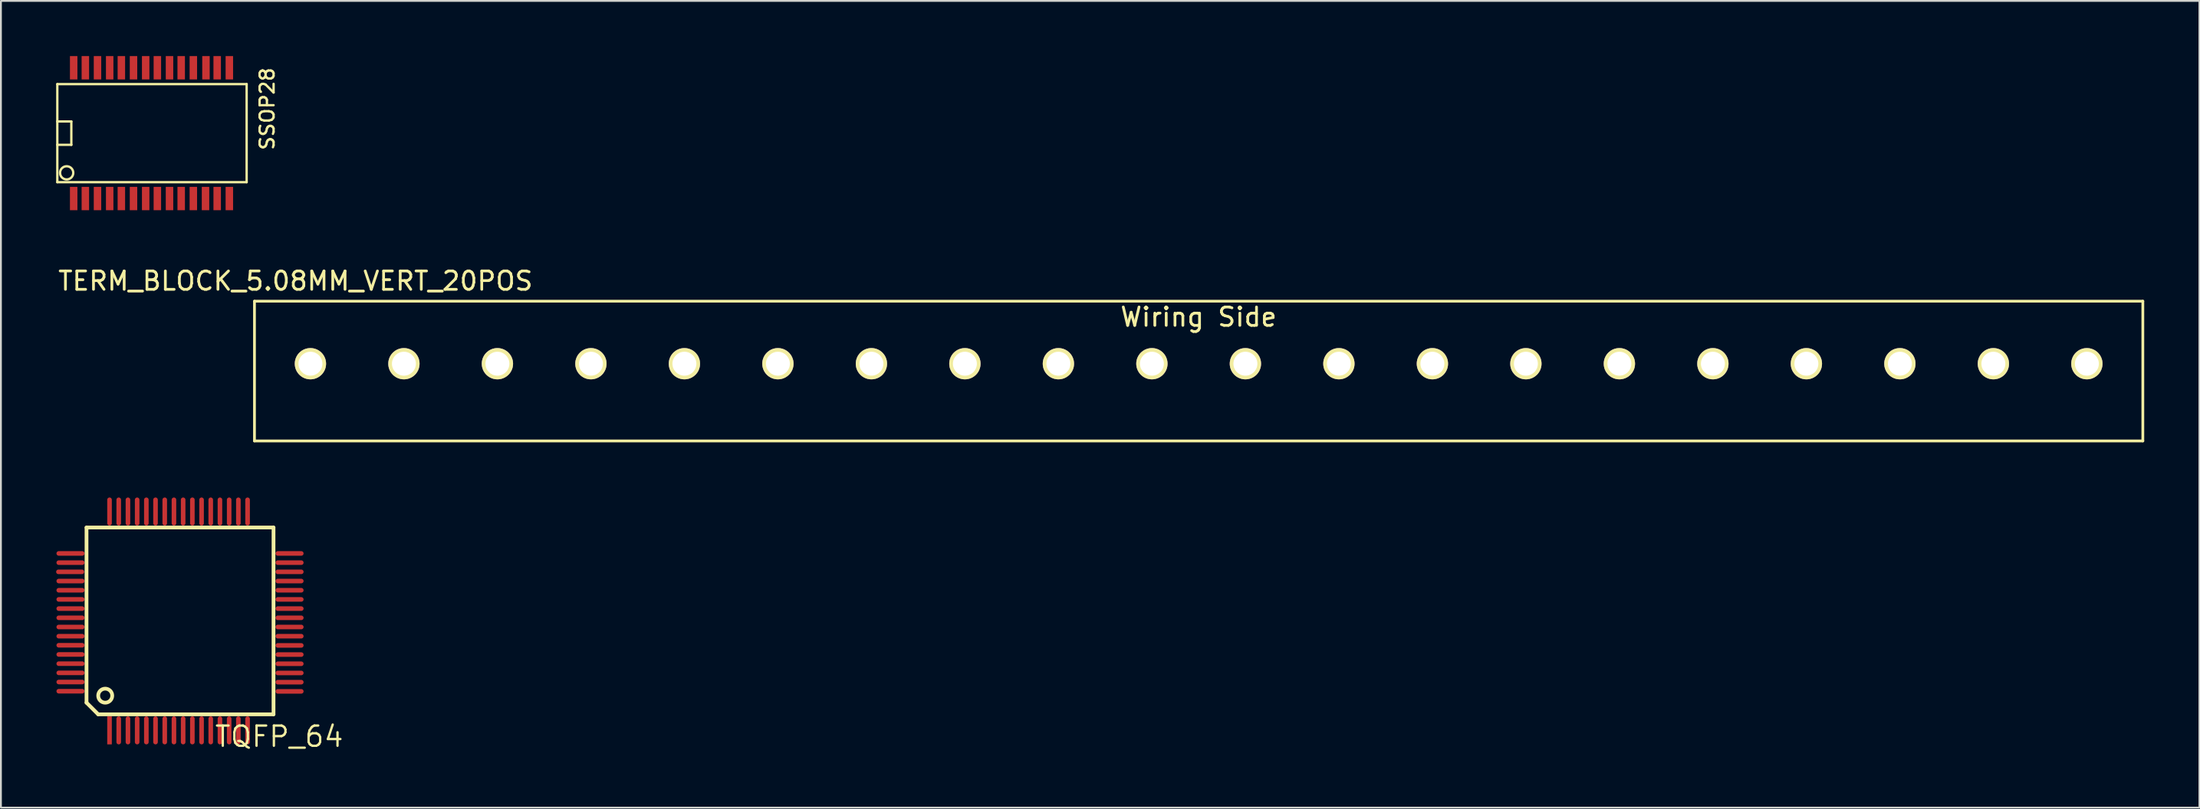
<source format=kicad_pcb>
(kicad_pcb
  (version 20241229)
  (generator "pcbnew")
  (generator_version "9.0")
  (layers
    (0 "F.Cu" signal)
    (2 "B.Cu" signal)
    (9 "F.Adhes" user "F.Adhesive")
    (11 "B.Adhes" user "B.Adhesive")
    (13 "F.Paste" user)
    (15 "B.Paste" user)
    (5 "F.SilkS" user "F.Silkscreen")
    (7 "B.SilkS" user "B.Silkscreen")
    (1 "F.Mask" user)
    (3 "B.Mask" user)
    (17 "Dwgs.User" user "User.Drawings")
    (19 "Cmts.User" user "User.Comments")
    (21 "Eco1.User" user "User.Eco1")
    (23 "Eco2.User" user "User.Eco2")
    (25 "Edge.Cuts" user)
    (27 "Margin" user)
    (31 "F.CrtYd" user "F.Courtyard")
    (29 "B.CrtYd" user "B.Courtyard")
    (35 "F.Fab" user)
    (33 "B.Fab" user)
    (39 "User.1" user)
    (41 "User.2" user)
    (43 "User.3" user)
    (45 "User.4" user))
  (footprint "TERM_BLOCK_5.08MM_VERT_20POS"
    (layer "F.Cu")
    (at 62.076 16.73)
    (property "Reference" "TERM_BLOCK_5.08MM_VERT_20POS" (at -49.07 -4.5 0) (layer "F.SilkS") (effects (font (size 1 1) (thickness 0.15))))
    (attr through_hole)
    (fp_line (start -51.3 -3.4) (end 51.3 -3.4) (stroke (width 0.15) (type solid)) (layer "F.SilkS"))
    (fp_line (start -51.3 4.2) (end -51.3 -3.4) (stroke (width 0.15) (type solid)) (layer "F.SilkS"))
    (fp_line (start 51.3 4.2) (end -51.3 4.2) (stroke (width 0.15) (type solid)) (layer "F.SilkS"))
    (fp_line (start 51.3 4.2) (end 51.3 -3.4) (stroke (width 0.15) (type solid)) (layer "F.SilkS"))
    (fp_text user "Wiring Side" (at 0 -2.54 0) (layer "F.SilkS") (effects (font (size 1 1) (thickness 0.15))))
    (pad "1" thru_hole circle (at -48.26 0) (size 1.7 1.7) (drill 1.3) (layers "*.Cu" "*.Mask" "F.SilkS"))
    (pad "2" thru_hole circle (at -43.18 0) (size 1.7 1.7) (drill 1.3) (layers "*.Cu" "*.Mask" "F.SilkS"))
    (pad "3" thru_hole circle (at -38.1 0) (size 1.7 1.7) (drill 1.3) (layers "*.Cu" "*.Mask" "F.SilkS"))
    (pad "4" thru_hole circle (at -33.02 0) (size 1.7 1.7) (drill 1.3) (layers "*.Cu" "*.Mask" "F.SilkS"))
    (pad "5" thru_hole circle (at -27.94 0) (size 1.7 1.7) (drill 1.3) (layers "*.Cu" "*.Mask" "F.SilkS"))
    (pad "6" thru_hole circle (at -22.86 0) (size 1.7 1.7) (drill 1.3) (layers "*.Cu" "*.Mask" "F.SilkS"))
    (pad "7" thru_hole circle (at -17.78 0) (size 1.7 1.7) (drill 1.3) (layers "*.Cu" "*.Mask" "F.SilkS"))
    (pad "8" thru_hole circle (at -12.7 0) (size 1.7 1.7) (drill 1.3) (layers "*.Cu" "*.Mask" "F.SilkS"))
    (pad "9" thru_hole circle (at -7.62 0) (size 1.7 1.7) (drill 1.3) (layers "*.Cu" "*.Mask" "F.SilkS"))
    (pad "10" thru_hole circle (at -2.54 0) (size 1.7 1.7) (drill 1.3) (layers "*.Cu" "*.Mask" "F.SilkS"))
    (pad "11" thru_hole circle (at 2.54 0) (size 1.7 1.7) (drill 1.3) (layers "*.Cu" "*.Mask" "F.SilkS"))
    (pad "12" thru_hole circle (at 7.62 0) (size 1.7 1.7) (drill 1.3) (layers "*.Cu" "*.Mask" "F.SilkS"))
    (pad "13" thru_hole circle (at 12.7 0) (size 1.7 1.7) (drill 1.3) (layers "*.Cu" "*.Mask" "F.SilkS"))
    (pad "14" thru_hole circle (at 17.78 0) (size 1.7 1.7) (drill 1.3) (layers "*.Cu" "*.Mask" "F.SilkS"))
    (pad "15" thru_hole circle (at 22.86 0) (size 1.7 1.7) (drill 1.3) (layers "*.Cu" "*.Mask" "F.SilkS"))
    (pad "16" thru_hole circle (at 27.94 0) (size 1.7 1.7) (drill 1.3) (layers "*.Cu" "*.Mask" "F.SilkS"))
    (pad "17" thru_hole circle (at 33.02 0) (size 1.7 1.7) (drill 1.3) (layers "*.Cu" "*.Mask" "F.SilkS"))
    (pad "18" thru_hole circle (at 38.1 0) (size 1.7 1.7) (drill 1.3) (layers "*.Cu" "*.Mask" "F.SilkS"))
    (pad "19" thru_hole circle (at 43.18 0) (size 1.7 1.7) (drill 1.3) (layers "*.Cu" "*.Mask" "F.SilkS"))
    (pad "20" thru_hole circle (at 48.26 0) (size 1.7 1.7) (drill 1.3) (layers "*.Cu" "*.Mask" "F.SilkS")))
  (footprint "TQFP_64"
    (layer "F.Cu")
    (at 6.65 30.8)
    (property "Reference" "TQFP_64" (at 5.469 6.205 0) (layer "F.SilkS") (effects (font (size 1.1 1.1) (thickness 0.127))))
    (attr through_hole)
    (fp_line (start -4.999 -5.161) (end -4.999 4.364) (stroke (width 0.203) (type solid)) (layer "F.SilkS"))
    (fp_line (start -4.999 4.364) (end -4.364 4.999) (stroke (width 0.203) (type solid)) (layer "F.SilkS"))
    (fp_line (start -4.364 4.999) (end 5.161 4.999) (stroke (width 0.203) (type solid)) (layer "F.SilkS"))
    (fp_line (start 5.161 -5.161) (end -4.999 -5.161) (stroke (width 0.203) (type solid)) (layer "F.SilkS"))
    (fp_line (start 5.161 4.999) (end 5.161 -5.161) (stroke (width 0.203) (type solid)) (layer "F.SilkS"))
    (fp_circle (center -3.983 3.983) (end -3.983 3.602) (stroke (width 0.203) (type solid)) (fill no) (layer "F.SilkS"))
    (pad "1" smd rect (at -3.749 5.87) (size 0.249 1.524) (layers "F.Cu" "F.Mask" "F.Paste"))
    (pad "2" smd oval (at -3.249 5.87) (size 0.249 1.524) (layers "F.Cu" "F.Mask" "F.Paste"))
    (pad "3" smd oval (at -2.748 5.87) (size 0.249 1.524) (layers "F.Cu" "F.Mask" "F.Paste"))
    (pad "4" smd oval (at -2.248 5.87) (size 0.249 1.524) (layers "F.Cu" "F.Mask" "F.Paste"))
    (pad "5" smd oval (at -1.748 5.87) (size 0.249 1.524) (layers "F.Cu" "F.Mask" "F.Paste"))
    (pad "6" smd oval (at -1.25 5.87) (size 0.249 1.524) (layers "F.Cu" "F.Mask" "F.Paste"))
    (pad "7" smd oval (at -0.749 5.87) (size 0.249 1.524) (layers "F.Cu" "F.Mask" "F.Paste"))
    (pad "8" smd oval (at -0.249 5.87) (size 0.249 1.524) (layers "F.Cu" "F.Mask" "F.Paste"))
    (pad "9" smd oval (at 0.251 5.87) (size 0.249 1.524) (layers "F.Cu" "F.Mask" "F.Paste"))
    (pad "10" smd oval (at 0.752 5.87) (size 0.249 1.524) (layers "F.Cu" "F.Mask" "F.Paste"))
    (pad "11" smd oval (at 1.252 5.87) (size 0.249 1.524) (layers "F.Cu" "F.Mask" "F.Paste"))
    (pad "12" smd oval (at 1.75 5.87) (size 0.249 1.524) (layers "F.Cu" "F.Mask" "F.Paste"))
    (pad "13" smd oval (at 2.25 5.87) (size 0.249 1.524) (layers "F.Cu" "F.Mask" "F.Paste"))
    (pad "14" smd oval (at 2.751 5.87) (size 0.249 1.524) (layers "F.Cu" "F.Mask" "F.Paste"))
    (pad "15" smd oval (at 3.251 5.87) (size 0.249 1.524) (layers "F.Cu" "F.Mask" "F.Paste"))
    (pad "16" smd oval (at 3.752 5.87) (size 0.249 1.524) (layers "F.Cu" "F.Mask" "F.Paste"))
    (pad "17" smd oval (at 6.032 3.749) (size 1.524 0.249) (layers "F.Cu" "F.Mask" "F.Paste"))
    (pad "18" smd oval (at 6.032 3.249) (size 1.524 0.249) (layers "F.Cu" "F.Mask" "F.Paste"))
    (pad "19" smd oval (at 6.032 2.748) (size 1.524 0.249) (layers "F.Cu" "F.Mask" "F.Paste"))
    (pad "20" smd oval (at 6.032 2.248) (size 1.524 0.249) (layers "F.Cu" "F.Mask" "F.Paste"))
    (pad "21" smd oval (at 6.032 1.748) (size 1.524 0.249) (layers "F.Cu" "F.Mask" "F.Paste"))
    (pad "22" smd oval (at 6.032 1.25) (size 1.524 0.249) (layers "F.Cu" "F.Mask" "F.Paste"))
    (pad "23" smd oval (at 6.032 0.749) (size 1.524 0.249) (layers "F.Cu" "F.Mask" "F.Paste"))
    (pad "24" smd oval (at 6.032 0.249) (size 1.524 0.249) (layers "F.Cu" "F.Mask" "F.Paste"))
    (pad "25" smd oval (at 6.032 -0.251) (size 1.524 0.249) (layers "F.Cu" "F.Mask" "F.Paste"))
    (pad "26" smd oval (at 6.032 -0.752) (size 1.524 0.249) (layers "F.Cu" "F.Mask" "F.Paste"))
    (pad "27" smd oval (at 6.032 -1.252) (size 1.524 0.249) (layers "F.Cu" "F.Mask" "F.Paste"))
    (pad "28" smd oval (at 6.032 -1.75) (size 1.524 0.249) (layers "F.Cu" "F.Mask" "F.Paste"))
    (pad "29" smd oval (at 6.032 -2.25) (size 1.524 0.249) (layers "F.Cu" "F.Mask" "F.Paste"))
    (pad "30" smd oval (at 6.032 -2.751) (size 1.524 0.249) (layers "F.Cu" "F.Mask" "F.Paste"))
    (pad "31" smd oval (at 6.032 -3.251) (size 1.524 0.249) (layers "F.Cu" "F.Mask" "F.Paste"))
    (pad "32" smd oval (at 6.032 -3.752) (size 1.524 0.249) (layers "F.Cu" "F.Mask" "F.Paste"))
    (pad "33" smd oval (at 3.752 -6.032) (size 0.249 1.524) (layers "F.Cu" "F.Mask" "F.Paste"))
    (pad "34" smd oval (at 3.251 -6.032) (size 0.249 1.524) (layers "F.Cu" "F.Mask" "F.Paste"))
    (pad "35" smd oval (at 2.751 -6.032) (size 0.249 1.524) (layers "F.Cu" "F.Mask" "F.Paste"))
    (pad "36" smd oval (at 2.25 -6.032) (size 0.249 1.524) (layers "F.Cu" "F.Mask" "F.Paste"))
    (pad "37" smd oval (at 1.75 -6.032) (size 0.249 1.524) (layers "F.Cu" "F.Mask" "F.Paste"))
    (pad "38" smd oval (at 1.252 -6.032) (size 0.249 1.524) (layers "F.Cu" "F.Mask" "F.Paste"))
    (pad "39" smd oval (at 0.752 -6.032) (size 0.249 1.524) (layers "F.Cu" "F.Mask" "F.Paste"))
    (pad "40" smd oval (at 0.251 -6.032) (size 0.249 1.524) (layers "F.Cu" "F.Mask" "F.Paste"))
    (pad "41" smd oval (at -0.249 -6.032) (size 0.249 1.524) (layers "F.Cu" "F.Mask" "F.Paste"))
    (pad "42" smd oval (at -0.749 -6.032) (size 0.249 1.524) (layers "F.Cu" "F.Mask" "F.Paste"))
    (pad "43" smd oval (at -1.25 -6.032) (size 0.249 1.524) (layers "F.Cu" "F.Mask" "F.Paste"))
    (pad "44" smd oval (at -1.748 -6.032) (size 0.249 1.524) (layers "F.Cu" "F.Mask" "F.Paste"))
    (pad "45" smd oval (at -2.248 -6.032) (size 0.249 1.524) (layers "F.Cu" "F.Mask" "F.Paste"))
    (pad "46" smd oval (at -2.748 -6.032) (size 0.249 1.524) (layers "F.Cu" "F.Mask" "F.Paste"))
    (pad "47" smd oval (at -3.249 -6.032) (size 0.249 1.524) (layers "F.Cu" "F.Mask" "F.Paste"))
    (pad "48" smd oval (at -3.749 -6.032) (size 0.249 1.524) (layers "F.Cu" "F.Mask" "F.Paste"))
    (pad "49" smd oval (at -5.87 -3.752) (size 1.524 0.249) (layers "F.Cu" "F.Mask" "F.Paste"))
    (pad "50" smd oval (at -5.87 -3.251) (size 1.524 0.249) (layers "F.Cu" "F.Mask" "F.Paste"))
    (pad "51" smd oval (at -5.888 -2.751) (size 1.524 0.249) (layers "F.Cu" "F.Mask" "F.Paste"))
    (pad "52" smd oval (at -5.87 -2.25) (size 1.524 0.249) (layers "F.Cu" "F.Mask" "F.Paste"))
    (pad "53" smd oval (at -5.87 -1.75) (size 1.524 0.249) (layers "F.Cu" "F.Mask" "F.Paste"))
    (pad "54" smd oval (at -5.87 -1.252) (size 1.524 0.249) (layers "F.Cu" "F.Mask" "F.Paste"))
    (pad "55" smd oval (at -5.87 -0.752) (size 1.524 0.249) (layers "F.Cu" "F.Mask" "F.Paste"))
    (pad "56" smd oval (at -5.87 -0.251) (size 1.524 0.249) (layers "F.Cu" "F.Mask" "F.Paste"))
    (pad "57" smd oval (at -5.87 0.249) (size 1.524 0.249) (layers "F.Cu" "F.Mask" "F.Paste"))
    (pad "58" smd oval (at -5.87 0.749) (size 1.524 0.249) (layers "F.Cu" "F.Mask" "F.Paste"))
    (pad "59" smd oval (at -5.87 1.242) (size 1.524 0.249) (layers "F.Cu" "F.Mask" "F.Paste"))
    (pad "60" smd oval (at -5.87 1.742) (size 1.524 0.249) (layers "F.Cu" "F.Mask" "F.Paste"))
    (pad "61" smd oval (at -5.87 2.243) (size 1.524 0.249) (layers "F.Cu" "F.Mask" "F.Paste"))
    (pad "62" smd oval (at -5.87 2.743) (size 1.524 0.249) (layers "F.Cu" "F.Mask" "F.Paste"))
    (pad "63" smd oval (at -5.87 3.241) (size 1.524 0.249) (layers "F.Cu" "F.Mask" "F.Paste"))
    (pad "64" smd oval (at -5.87 3.741) (size 1.524 0.249) (layers "F.Cu" "F.Mask" "F.Paste")))
  (footprint "SSOP28"
    (layer "F.Cu")
    (at 5.144 4.191)
    (property "Reference" "SSOP28" (at 6.325 -1.321 90) (layer "F.SilkS") (effects (font (size 0.762 0.762) (thickness 0.127))))
    (attr smd)
    (fp_line (start -5.08 -2.667) (end -5.08 2.667) (stroke (width 0.127) (type solid)) (layer "F.SilkS"))
    (fp_line (start -5.08 -2.667) (end 5.207 -2.667) (stroke (width 0.127) (type solid)) (layer "F.SilkS"))
    (fp_line (start -5.08 -0.635) (end -4.318 -0.635) (stroke (width 0.127) (type solid)) (layer "F.SilkS"))
    (fp_line (start -4.318 -0.635) (end -4.318 0.635) (stroke (width 0.127) (type solid)) (layer "F.SilkS"))
    (fp_line (start -4.318 0.635) (end -5.08 0.635) (stroke (width 0.127) (type solid)) (layer "F.SilkS"))
    (fp_line (start 5.207 -2.667) (end 5.207 2.667) (stroke (width 0.127) (type solid)) (layer "F.SilkS"))
    (fp_line (start 5.207 2.667) (end -5.08 2.667) (stroke (width 0.127) (type solid)) (layer "F.SilkS"))
    (fp_circle (center -4.572 2.159) (end -4.826 1.905) (stroke (width 0.127) (type solid)) (fill no) (layer "F.SilkS"))
    (pad "1" smd rect (at -4.191 3.556) (size 0.406 1.27) (layers "F.Cu" "F.Mask" "F.Paste"))
    (pad "2" smd rect (at -3.556 3.556) (size 0.406 1.27) (layers "F.Cu" "F.Mask" "F.Paste"))
    (pad "3" smd rect (at -2.896 3.556) (size 0.406 1.27) (layers "F.Cu" "F.Mask" "F.Paste"))
    (pad "4" smd rect (at -2.235 3.556) (size 0.406 1.27) (layers "F.Cu" "F.Mask" "F.Paste"))
    (pad "5" smd rect (at -1.6 3.556) (size 0.406 1.27) (layers "F.Cu" "F.Mask" "F.Paste"))
    (pad "6" smd rect (at -0.94 3.556) (size 0.406 1.27) (layers "F.Cu" "F.Mask" "F.Paste"))
    (pad "7" smd rect (at -0.279 3.556) (size 0.406 1.27) (layers "F.Cu" "F.Mask" "F.Paste"))
    (pad "8" smd rect (at 0.356 3.556) (size 0.406 1.27) (layers "F.Cu" "F.Mask" "F.Paste"))
    (pad "9" smd rect (at 1.016 3.556) (size 0.406 1.27) (layers "F.Cu" "F.Mask" "F.Paste"))
    (pad "10" smd rect (at 1.651 3.556) (size 0.406 1.27) (layers "F.Cu" "F.Mask" "F.Paste"))
    (pad "11" smd rect (at 2.311 3.556) (size 0.406 1.27) (layers "F.Cu" "F.Mask" "F.Paste"))
    (pad "12" smd rect (at 2.972 3.556) (size 0.406 1.27) (layers "F.Cu" "F.Mask" "F.Paste"))
    (pad "13" smd rect (at 3.607 3.556) (size 0.406 1.27) (layers "F.Cu" "F.Mask" "F.Paste"))
    (pad "14" smd rect (at 4.267 3.556) (size 0.406 1.27) (layers "F.Cu" "F.Mask" "F.Paste"))
    (pad "15" smd rect (at 4.267 -3.556) (size 0.406 1.27) (layers "F.Cu" "F.Mask" "F.Paste"))
    (pad "16" smd rect (at 3.607 -3.556) (size 0.406 1.27) (layers "F.Cu" "F.Mask" "F.Paste"))
    (pad "17" smd rect (at 2.997 -3.556) (size 0.406 1.27) (layers "F.Cu" "F.Mask" "F.Paste"))
    (pad "18" smd rect (at 2.311 -3.556) (size 0.406 1.27) (layers "F.Cu" "F.Mask" "F.Paste"))
    (pad "19" smd rect (at 1.651 -3.556) (size 0.406 1.27) (layers "F.Cu" "F.Mask" "F.Paste"))
    (pad "20" smd rect (at 1.016 -3.556) (size 0.406 1.27) (layers "F.Cu" "F.Mask" "F.Paste"))
    (pad "21" smd rect (at 0.356 -3.556) (size 0.406 1.27) (layers "F.Cu" "F.Mask" "F.Paste"))
    (pad "22" smd rect (at -0.279 -3.556) (size 0.406 1.27) (layers "F.Cu" "F.Mask" "F.Paste"))
    (pad "23" smd rect (at -0.94 -3.556) (size 0.406 1.27) (layers "F.Cu" "F.Mask" "F.Paste"))
    (pad "24" smd rect (at -1.6 -3.556) (size 0.406 1.27) (layers "F.Cu" "F.Mask" "F.Paste"))
    (pad "25" smd rect (at -2.235 -3.556) (size 0.406 1.27) (layers "F.Cu" "F.Mask" "F.Paste"))
    (pad "26" smd rect (at -2.896 -3.556) (size 0.406 1.27) (layers "F.Cu" "F.Mask" "F.Paste"))
    (pad "27" smd rect (at -3.556 -3.556) (size 0.406 1.27) (layers "F.Cu" "F.Mask" "F.Paste"))
    (pad "28" smd rect (at -4.191 -3.556) (size 0.406 1.27) (layers "F.Cu" "F.Mask" "F.Paste")))
  (gr_rect
    (start -3 -3)
    (end 116.451 40.871)
    (stroke (width 0.1) (type default))
    (fill no)
    (layer "Edge.Cuts")))
</source>
